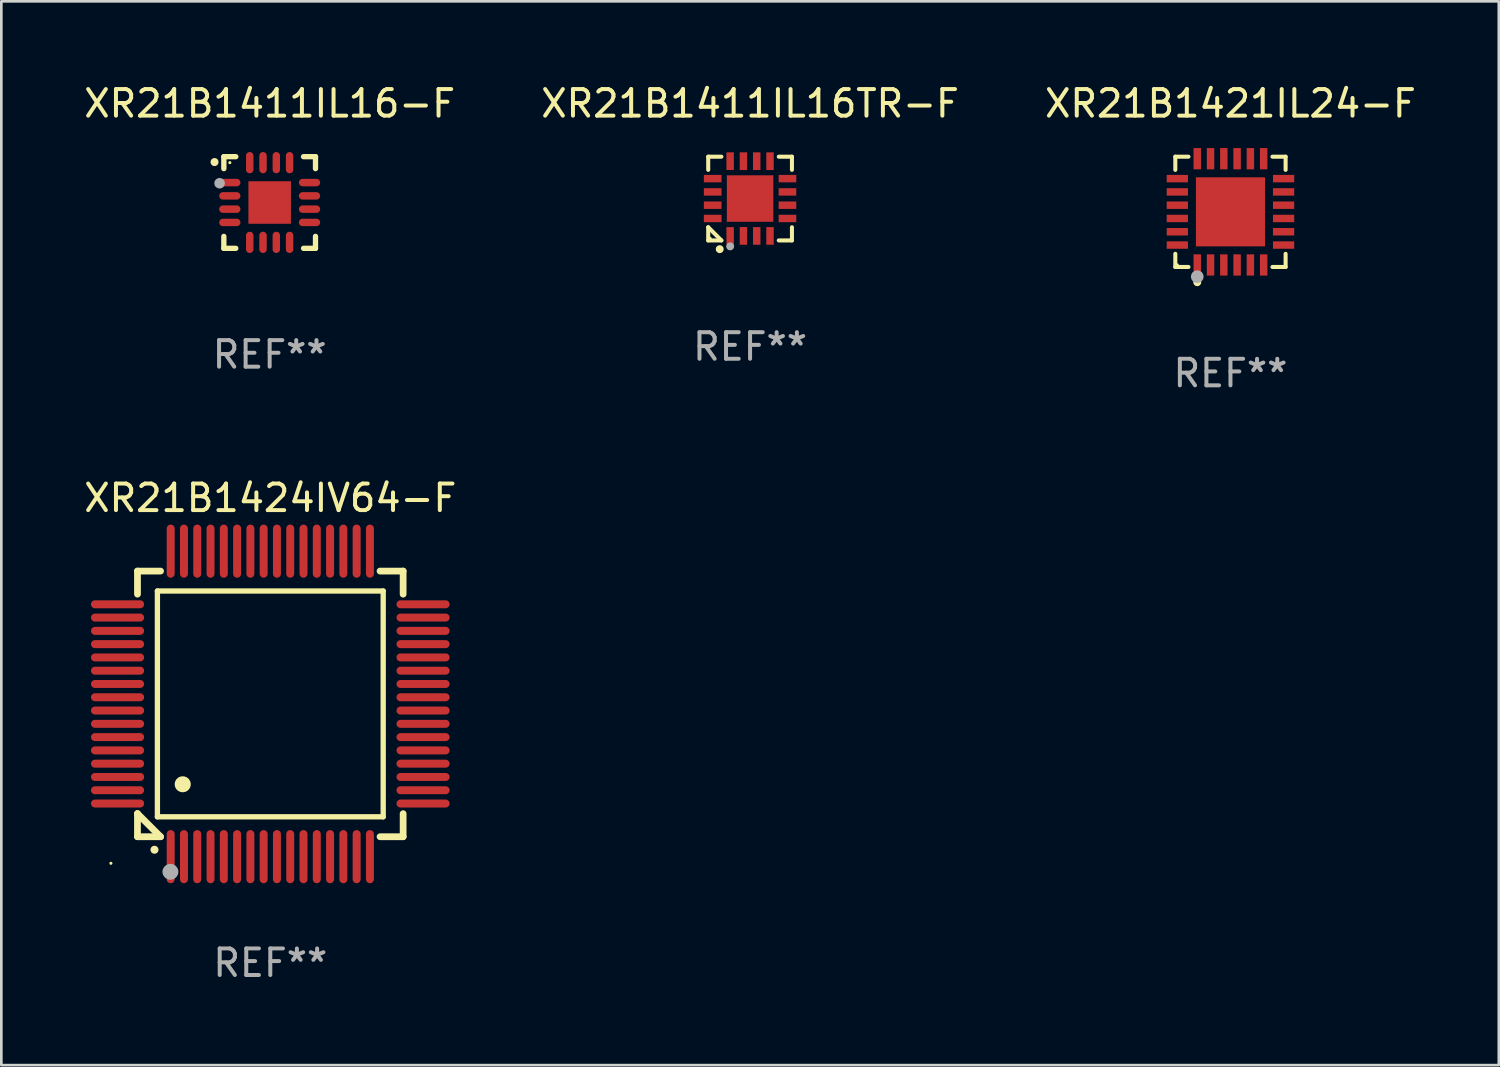
<source format=kicad_pcb>
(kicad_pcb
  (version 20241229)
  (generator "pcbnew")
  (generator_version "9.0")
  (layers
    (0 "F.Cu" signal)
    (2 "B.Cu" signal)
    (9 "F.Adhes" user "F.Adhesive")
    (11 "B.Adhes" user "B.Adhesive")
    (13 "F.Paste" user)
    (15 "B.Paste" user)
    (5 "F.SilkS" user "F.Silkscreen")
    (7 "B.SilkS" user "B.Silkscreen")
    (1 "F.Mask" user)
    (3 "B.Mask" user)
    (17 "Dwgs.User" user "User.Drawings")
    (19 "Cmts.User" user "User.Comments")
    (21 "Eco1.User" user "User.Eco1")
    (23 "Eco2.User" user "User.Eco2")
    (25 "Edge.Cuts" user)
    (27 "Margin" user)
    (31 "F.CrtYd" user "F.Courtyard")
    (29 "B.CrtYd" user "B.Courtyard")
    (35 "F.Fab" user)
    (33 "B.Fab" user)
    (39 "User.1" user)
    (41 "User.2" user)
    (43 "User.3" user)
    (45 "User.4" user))
  (footprint "XR21B1421IL24-F"
    (layer "F.Cu")
    (at 43.268 4.924)
    (property "Reference" "XR21B1421IL24-F" (at 0 -4.076 0) (layer "F.SilkS") (effects (font (size 1 1) (thickness 0.15))))
    (attr through_hole)
    (fp_line (start -2.076 -2.076) (end -1.58 -2.076) (stroke (width 0.152) (type solid)) (layer "F.SilkS"))
    (fp_line (start -2.076 -1.58) (end -2.076 -2.076) (stroke (width 0.152) (type solid)) (layer "F.SilkS"))
    (fp_line (start -2.076 1.58) (end -2.076 2.076) (stroke (width 0.152) (type solid)) (layer "F.SilkS"))
    (fp_line (start -2.076 2.076) (end -1.58 2.076) (stroke (width 0.152) (type solid)) (layer "F.SilkS"))
    (fp_line (start 2.076 -2.076) (end 1.58 -2.076) (stroke (width 0.152) (type solid)) (layer "F.SilkS"))
    (fp_line (start 2.076 -1.58) (end 2.076 -2.076) (stroke (width 0.152) (type solid)) (layer "F.SilkS"))
    (fp_line (start 2.076 1.58) (end 2.076 2.076) (stroke (width 0.152) (type solid)) (layer "F.SilkS"))
    (fp_line (start 2.076 2.076) (end 1.58 2.076) (stroke (width 0.152) (type solid)) (layer "F.SilkS"))
    (fp_circle (center -2 2) (end -1.97 2) (stroke (width 0.06) (type solid)) (fill no) (layer "F.SilkS"))
    (fp_circle (center -1.25 2.65) (end -1.175 2.65) (stroke (width 0.15) (type solid)) (fill no) (layer "F.SilkS"))
    (fp_circle (center -1.25 2.44) (end -1.13 2.44) (stroke (width 0.24) (type solid)) (fill no) (layer "F.Fab"))
    (fp_text user "REF**" (at 0 6.076 0) (layer "F.Fab") (effects (font (size 1 1) (thickness 0.15))))
    (pad "1" smd rect (at -1.25 2) (size 0.28 0.8) (layers "F.Cu" "F.Mask" "F.Paste"))
    (pad "2" smd rect (at -0.75 2) (size 0.28 0.8) (layers "F.Cu" "F.Mask" "F.Paste"))
    (pad "3" smd rect (at -0.25 2) (size 0.28 0.8) (layers "F.Cu" "F.Mask" "F.Paste"))
    (pad "4" smd rect (at 0.25 2) (size 0.28 0.8) (layers "F.Cu" "F.Mask" "F.Paste"))
    (pad "5" smd rect (at 0.75 2) (size 0.28 0.8) (layers "F.Cu" "F.Mask" "F.Paste"))
    (pad "6" smd rect (at 1.25 2) (size 0.28 0.8) (layers "F.Cu" "F.Mask" "F.Paste"))
    (pad "7" smd rect (at 2 1.25) (size 0.8 0.28) (layers "F.Cu" "F.Mask" "F.Paste"))
    (pad "8" smd rect (at 2 0.75) (size 0.8 0.28) (layers "F.Cu" "F.Mask" "F.Paste"))
    (pad "9" smd rect (at 2 0.25) (size 0.8 0.28) (layers "F.Cu" "F.Mask" "F.Paste"))
    (pad "10" smd rect (at 2 -0.25) (size 0.8 0.28) (layers "F.Cu" "F.Mask" "F.Paste"))
    (pad "11" smd rect (at 2 -0.75) (size 0.8 0.28) (layers "F.Cu" "F.Mask" "F.Paste"))
    (pad "12" smd rect (at 2 -1.25) (size 0.8 0.28) (layers "F.Cu" "F.Mask" "F.Paste"))
    (pad "13" smd rect (at 1.25 -2) (size 0.28 0.8) (layers "F.Cu" "F.Mask" "F.Paste"))
    (pad "14" smd rect (at 0.75 -2) (size 0.28 0.8) (layers "F.Cu" "F.Mask" "F.Paste"))
    (pad "15" smd rect (at 0.25 -2) (size 0.28 0.8) (layers "F.Cu" "F.Mask" "F.Paste"))
    (pad "16" smd rect (at -0.25 -2) (size 0.28 0.8) (layers "F.Cu" "F.Mask" "F.Paste"))
    (pad "17" smd rect (at -0.75 -2) (size 0.28 0.8) (layers "F.Cu" "F.Mask" "F.Paste"))
    (pad "18" smd rect (at -1.25 -2) (size 0.28 0.8) (layers "F.Cu" "F.Mask" "F.Paste"))
    (pad "19" smd rect (at -2 -1.25) (size 0.8 0.28) (layers "F.Cu" "F.Mask" "F.Paste"))
    (pad "20" smd rect (at -2 -0.75) (size 0.8 0.28) (layers "F.Cu" "F.Mask" "F.Paste"))
    (pad "21" smd rect (at -2 -0.25) (size 0.8 0.28) (layers "F.Cu" "F.Mask" "F.Paste"))
    (pad "22" smd rect (at -2 0.25) (size 0.8 0.28) (layers "F.Cu" "F.Mask" "F.Paste"))
    (pad "23" smd rect (at -2 0.75) (size 0.8 0.28) (layers "F.Cu" "F.Mask" "F.Paste"))
    (pad "24" smd rect (at -2 1.25) (size 0.8 0.28) (layers "F.Cu" "F.Mask" "F.Paste"))
    (pad "25" smd rect (at 0 0) (size 2.6 2.6) (layers "F.Cu" "F.Mask" "F.Paste")))
  (footprint "XR21B1411IL16TR-F"
    (layer "F.Cu")
    (at 25.185 4.424)
    (property "Reference" "XR21B1411IL16TR-F" (at 0 -3.576 0) (layer "F.SilkS") (effects (font (size 1 1) (thickness 0.15))))
    (attr through_hole)
    (fp_line (start -1.576 -1.576) (end -1.08 -1.576) (stroke (width 0.152) (type solid)) (layer "F.SilkS"))
    (fp_line (start -1.576 -1.08) (end -1.576 -1.576) (stroke (width 0.152) (type solid)) (layer "F.SilkS"))
    (fp_line (start -1.576 1.08) (end -1.576 1.576) (stroke (width 0.152) (type solid)) (layer "F.SilkS"))
    (fp_line (start -1.576 1.576) (end -1.08 1.576) (stroke (width 0.152) (type solid)) (layer "F.SilkS"))
    (fp_line (start -1.08 1.576) (end -1.576 1.08) (stroke (width 0.152) (type solid)) (layer "F.SilkS"))
    (fp_line (start 1.576 -1.576) (end 1.08 -1.576) (stroke (width 0.152) (type solid)) (layer "F.SilkS"))
    (fp_line (start 1.576 -1.08) (end 1.576 -1.576) (stroke (width 0.152) (type solid)) (layer "F.SilkS"))
    (fp_line (start 1.576 1.08) (end 1.576 1.576) (stroke (width 0.152) (type solid)) (layer "F.SilkS"))
    (fp_line (start 1.576 1.576) (end 1.08 1.576) (stroke (width 0.152) (type solid)) (layer "F.SilkS"))
    (fp_circle (center -1.5 1.5) (end -1.47 1.5) (stroke (width 0.06) (type solid)) (fill no) (layer "F.SilkS"))
    (fp_circle (center -1.143 1.905) (end -1.068 1.905) (stroke (width 0.15) (type solid)) (fill no) (layer "F.SilkS"))
    (fp_circle (center -0.75 1.8) (end -0.675 1.8) (stroke (width 0.15) (type solid)) (fill no) (layer "F.Fab"))
    (fp_text user "REF**" (at 0 5.576 0) (layer "F.Fab") (effects (font (size 1 1) (thickness 0.15))))
    (pad "1" smd rect (at -0.75 1.407) (size 0.28 0.665) (layers "F.Cu" "F.Mask" "F.Paste"))
    (pad "2" smd rect (at -0.25 1.407) (size 0.28 0.665) (layers "F.Cu" "F.Mask" "F.Paste"))
    (pad "3" smd rect (at 0.25 1.407) (size 0.28 0.665) (layers "F.Cu" "F.Mask" "F.Paste"))
    (pad "4" smd rect (at 0.75 1.407) (size 0.28 0.665) (layers "F.Cu" "F.Mask" "F.Paste"))
    (pad "5" smd rect (at 1.407 0.75) (size 0.665 0.28) (layers "F.Cu" "F.Mask" "F.Paste"))
    (pad "6" smd rect (at 1.407 0.25) (size 0.665 0.28) (layers "F.Cu" "F.Mask" "F.Paste"))
    (pad "7" smd rect (at 1.407 -0.25) (size 0.665 0.28) (layers "F.Cu" "F.Mask" "F.Paste"))
    (pad "8" smd rect (at 1.407 -0.75) (size 0.665 0.28) (layers "F.Cu" "F.Mask" "F.Paste"))
    (pad "9" smd rect (at 0.75 -1.407) (size 0.28 0.665) (layers "F.Cu" "F.Mask" "F.Paste"))
    (pad "10" smd rect (at 0.25 -1.407) (size 0.28 0.665) (layers "F.Cu" "F.Mask" "F.Paste"))
    (pad "11" smd rect (at -0.25 -1.407) (size 0.28 0.665) (layers "F.Cu" "F.Mask" "F.Paste"))
    (pad "12" smd rect (at -0.75 -1.407) (size 0.28 0.665) (layers "F.Cu" "F.Mask" "F.Paste"))
    (pad "13" smd rect (at -1.407 -0.75) (size 0.665 0.28) (layers "F.Cu" "F.Mask" "F.Paste"))
    (pad "14" smd rect (at -1.407 -0.25) (size 0.665 0.28) (layers "F.Cu" "F.Mask" "F.Paste"))
    (pad "15" smd rect (at -1.407 0.25) (size 0.665 0.28) (layers "F.Cu" "F.Mask" "F.Paste"))
    (pad "16" smd rect (at -1.407 0.75) (size 0.665 0.28) (layers "F.Cu" "F.Mask" "F.Paste"))
    (pad "17" smd rect (at 0 0) (size 1.75 1.75) (layers "F.Cu" "F.Mask" "F.Paste")))
  (footprint "XR21B1424IV64-F"
    (layer "F.Cu")
    (at 7.125 23.447)
    (property "Reference" "XR21B1424IV64-F" (at 0 -7.75 0) (layer "F.SilkS") (effects (font (size 1 1) (thickness 0.15))))
    (attr through_hole)
    (fp_line (start -5 -5) (end -4.131 -5) (stroke (width 0.254) (type solid)) (layer "F.SilkS"))
    (fp_line (start -5 -4.131) (end -5 -5) (stroke (width 0.254) (type solid)) (layer "F.SilkS"))
    (fp_line (start -5 4.131) (end -5 4.131) (stroke (width 0.254) (type solid)) (layer "F.SilkS"))
    (fp_line (start -5 5) (end -5 4.131) (stroke (width 0.254) (type solid)) (layer "F.SilkS"))
    (fp_line (start -5 4.131) (end -4.131 5) (stroke (width 0.254) (type solid)) (layer "F.SilkS"))
    (fp_line (start -4.25 -4.25) (end -4.25 4.25) (stroke (width 0.2) (type solid)) (layer "F.SilkS"))
    (fp_line (start -4.25 4.25) (end 4.25 4.25) (stroke (width 0.2) (type solid)) (layer "F.SilkS"))
    (fp_line (start -4.131 5) (end -5 5) (stroke (width 0.254) (type solid)) (layer "F.SilkS"))
    (fp_line (start 4.25 -4.25) (end -4.25 -4.25) (stroke (width 0.2) (type solid)) (layer "F.SilkS"))
    (fp_line (start 4.25 4.25) (end 4.25 -4.25) (stroke (width 0.2) (type solid)) (layer "F.SilkS"))
    (fp_line (start 5 -5) (end 4.131 -5) (stroke (width 0.254) (type solid)) (layer "F.SilkS"))
    (fp_line (start 5 -5) (end 5 -4.131) (stroke (width 0.254) (type solid)) (layer "F.SilkS"))
    (fp_line (start 5 4.131) (end 5 5) (stroke (width 0.254) (type solid)) (layer "F.SilkS"))
    (fp_line (start 5 5) (end 4.131 5) (stroke (width 0.254) (type solid)) (layer "F.SilkS"))
    (fp_arc (start -4.361265 5.489992) (mid -4.359995 5.489987) (end -4.358725 5.489992) (stroke (width 0.3) (type solid)) (layer "F.SilkS"))
    (fp_arc (start -3.299467 3.025146) (mid -3.296927 3.025135) (end -3.294387 3.025146) (stroke (width 0.6) (type solid)) (layer "F.SilkS"))
    (fp_circle (center -6 6) (end -5.97 6) (stroke (width 0.06) (type solid)) (fill no) (layer "F.SilkS"))
    (fp_circle (center -3.76 6.32) (end -3.61 6.32) (stroke (width 0.3) (type solid)) (fill no) (layer "F.Fab"))
    (fp_text user "REF**" (at 0 9.75 0) (layer "F.Fab") (effects (font (size 1 1) (thickness 0.15))))
    (pad "1" smd oval (at -3.75 5.75) (size 0.3 2) (layers "F.Cu" "F.Mask" "F.Paste"))
    (pad "2" smd oval (at -3.25 5.75) (size 0.3 2) (layers "F.Cu" "F.Mask" "F.Paste"))
    (pad "3" smd oval (at -2.75 5.75) (size 0.3 2) (layers "F.Cu" "F.Mask" "F.Paste"))
    (pad "4" smd oval (at -2.25 5.75) (size 0.3 2) (layers "F.Cu" "F.Mask" "F.Paste"))
    (pad "5" smd oval (at -1.75 5.75) (size 0.3 2) (layers "F.Cu" "F.Mask" "F.Paste"))
    (pad "6" smd oval (at -1.25 5.75) (size 0.3 2) (layers "F.Cu" "F.Mask" "F.Paste"))
    (pad "7" smd oval (at -0.75 5.75) (size 0.3 2) (layers "F.Cu" "F.Mask" "F.Paste"))
    (pad "8" smd oval (at -0.25 5.75) (size 0.3 2) (layers "F.Cu" "F.Mask" "F.Paste"))
    (pad "9" smd oval (at 0.25 5.75) (size 0.3 2) (layers "F.Cu" "F.Mask" "F.Paste"))
    (pad "10" smd oval (at 0.75 5.75) (size 0.3 2) (layers "F.Cu" "F.Mask" "F.Paste"))
    (pad "11" smd oval (at 1.25 5.75) (size 0.3 2) (layers "F.Cu" "F.Mask" "F.Paste"))
    (pad "12" smd oval (at 1.75 5.75) (size 0.3 2) (layers "F.Cu" "F.Mask" "F.Paste"))
    (pad "13" smd oval (at 2.25 5.75) (size 0.3 2) (layers "F.Cu" "F.Mask" "F.Paste"))
    (pad "14" smd oval (at 2.75 5.75) (size 0.3 2) (layers "F.Cu" "F.Mask" "F.Paste"))
    (pad "15" smd oval (at 3.25 5.75) (size 0.3 2) (layers "F.Cu" "F.Mask" "F.Paste"))
    (pad "16" smd oval (at 3.75 5.75) (size 0.3 2) (layers "F.Cu" "F.Mask" "F.Paste"))
    (pad "17" smd oval (at 5.75 3.75) (size 2 0.3) (layers "F.Cu" "F.Mask" "F.Paste"))
    (pad "18" smd oval (at 5.75 3.25) (size 2 0.3) (layers "F.Cu" "F.Mask" "F.Paste"))
    (pad "19" smd oval (at 5.75 2.75) (size 2 0.3) (layers "F.Cu" "F.Mask" "F.Paste"))
    (pad "20" smd oval (at 5.75 2.25) (size 2 0.3) (layers "F.Cu" "F.Mask" "F.Paste"))
    (pad "21" smd oval (at 5.75 1.75) (size 2 0.3) (layers "F.Cu" "F.Mask" "F.Paste"))
    (pad "22" smd oval (at 5.75 1.25) (size 2 0.3) (layers "F.Cu" "F.Mask" "F.Paste"))
    (pad "23" smd oval (at 5.75 0.75) (size 2 0.3) (layers "F.Cu" "F.Mask" "F.Paste"))
    (pad "24" smd oval (at 5.75 0.25) (size 2 0.3) (layers "F.Cu" "F.Mask" "F.Paste"))
    (pad "25" smd oval (at 5.75 -0.25) (size 2 0.3) (layers "F.Cu" "F.Mask" "F.Paste"))
    (pad "26" smd oval (at 5.75 -0.75) (size 2 0.3) (layers "F.Cu" "F.Mask" "F.Paste"))
    (pad "27" smd oval (at 5.75 -1.25) (size 2 0.3) (layers "F.Cu" "F.Mask" "F.Paste"))
    (pad "28" smd oval (at 5.75 -1.75) (size 2 0.3) (layers "F.Cu" "F.Mask" "F.Paste"))
    (pad "29" smd oval (at 5.75 -2.25) (size 2 0.3) (layers "F.Cu" "F.Mask" "F.Paste"))
    (pad "30" smd oval (at 5.75 -2.75) (size 2 0.3) (layers "F.Cu" "F.Mask" "F.Paste"))
    (pad "31" smd oval (at 5.75 -3.25) (size 2 0.3) (layers "F.Cu" "F.Mask" "F.Paste"))
    (pad "32" smd oval (at 5.75 -3.75) (size 2 0.3) (layers "F.Cu" "F.Mask" "F.Paste"))
    (pad "33" smd oval (at 3.75 -5.75) (size 0.3 2) (layers "F.Cu" "F.Mask" "F.Paste"))
    (pad "34" smd oval (at 3.25 -5.75) (size 0.3 2) (layers "F.Cu" "F.Mask" "F.Paste"))
    (pad "35" smd oval (at 2.75 -5.75) (size 0.3 2) (layers "F.Cu" "F.Mask" "F.Paste"))
    (pad "36" smd oval (at 2.25 -5.75) (size 0.3 2) (layers "F.Cu" "F.Mask" "F.Paste"))
    (pad "37" smd oval (at 1.75 -5.75) (size 0.3 2) (layers "F.Cu" "F.Mask" "F.Paste"))
    (pad "38" smd oval (at 1.25 -5.75) (size 0.3 2) (layers "F.Cu" "F.Mask" "F.Paste"))
    (pad "39" smd oval (at 0.75 -5.75) (size 0.3 2) (layers "F.Cu" "F.Mask" "F.Paste"))
    (pad "40" smd oval (at 0.25 -5.75) (size 0.3 2) (layers "F.Cu" "F.Mask" "F.Paste"))
    (pad "41" smd oval (at -0.25 -5.75) (size 0.3 2) (layers "F.Cu" "F.Mask" "F.Paste"))
    (pad "42" smd oval (at -0.75 -5.75) (size 0.3 2) (layers "F.Cu" "F.Mask" "F.Paste"))
    (pad "43" smd oval (at -1.25 -5.75) (size 0.3 2) (layers "F.Cu" "F.Mask" "F.Paste"))
    (pad "44" smd oval (at -1.75 -5.75) (size 0.3 2) (layers "F.Cu" "F.Mask" "F.Paste"))
    (pad "45" smd oval (at -2.25 -5.75) (size 0.3 2) (layers "F.Cu" "F.Mask" "F.Paste"))
    (pad "46" smd oval (at -2.75 -5.75) (size 0.3 2) (layers "F.Cu" "F.Mask" "F.Paste"))
    (pad "47" smd oval (at -3.25 -5.75) (size 0.3 2) (layers "F.Cu" "F.Mask" "F.Paste"))
    (pad "48" smd oval (at -3.75 -5.75) (size 0.3 2) (layers "F.Cu" "F.Mask" "F.Paste"))
    (pad "49" smd oval (at -5.75 -3.75) (size 2 0.3) (layers "F.Cu" "F.Mask" "F.Paste"))
    (pad "50" smd oval (at -5.75 -3.25) (size 2 0.3) (layers "F.Cu" "F.Mask" "F.Paste"))
    (pad "51" smd oval (at -5.75 -2.75) (size 2 0.3) (layers "F.Cu" "F.Mask" "F.Paste"))
    (pad "52" smd oval (at -5.75 -2.25) (size 2 0.3) (layers "F.Cu" "F.Mask" "F.Paste"))
    (pad "53" smd oval (at -5.75 -1.75) (size 2 0.3) (layers "F.Cu" "F.Mask" "F.Paste"))
    (pad "54" smd oval (at -5.75 -1.25) (size 2 0.3) (layers "F.Cu" "F.Mask" "F.Paste"))
    (pad "55" smd oval (at -5.75 -0.75) (size 2 0.3) (layers "F.Cu" "F.Mask" "F.Paste"))
    (pad "56" smd oval (at -5.75 -0.25) (size 2 0.3) (layers "F.Cu" "F.Mask" "F.Paste"))
    (pad "57" smd oval (at -5.75 0.25) (size 2 0.3) (layers "F.Cu" "F.Mask" "F.Paste"))
    (pad "58" smd oval (at -5.75 0.75) (size 2 0.3) (layers "F.Cu" "F.Mask" "F.Paste"))
    (pad "59" smd oval (at -5.75 1.25) (size 2 0.3) (layers "F.Cu" "F.Mask" "F.Paste"))
    (pad "60" smd oval (at -5.75 1.75) (size 2 0.3) (layers "F.Cu" "F.Mask" "F.Paste"))
    (pad "61" smd oval (at -5.75 2.25) (size 2 0.3) (layers "F.Cu" "F.Mask" "F.Paste"))
    (pad "62" smd oval (at -5.75 2.75) (size 2 0.3) (layers "F.Cu" "F.Mask" "F.Paste"))
    (pad "63" smd oval (at -5.75 3.25) (size 2 0.3) (layers "F.Cu" "F.Mask" "F.Paste"))
    (pad "64" smd oval (at -5.75 3.75) (size 2 0.3) (layers "F.Cu" "F.Mask" "F.Paste")))
  (footprint "XR21B1411IL16-F"
    (layer "F.Cu")
    (at 7.101 4.573)
    (property "Reference" "XR21B1411IL16-F" (at 0 -3.725 0) (layer "F.SilkS") (effects (font (size 1 1) (thickness 0.15))))
    (attr through_hole)
    (fp_line (start -1.725 -1.725) (end -1.275 -1.725) (stroke (width 0.2) (type solid)) (layer "F.SilkS"))
    (fp_line (start -1.725 -1.275) (end -1.725 -1.725) (stroke (width 0.2) (type solid)) (layer "F.SilkS"))
    (fp_line (start -1.725 1.725) (end -1.725 1.275) (stroke (width 0.2) (type solid)) (layer "F.SilkS"))
    (fp_line (start -1.275 1.725) (end -1.725 1.725) (stroke (width 0.2) (type solid)) (layer "F.SilkS"))
    (fp_line (start 1.275 -1.725) (end 1.725 -1.725) (stroke (width 0.2) (type solid)) (layer "F.SilkS"))
    (fp_line (start 1.275 1.725) (end 1.725 1.725) (stroke (width 0.2) (type solid)) (layer "F.SilkS"))
    (fp_line (start 1.725 -1.725) (end 1.725 -1.275) (stroke (width 0.2) (type solid)) (layer "F.SilkS"))
    (fp_line (start 1.725 1.725) (end 1.725 1.275) (stroke (width 0.2) (type solid)) (layer "F.SilkS"))
    (fp_arc (start -2.075184 -1.521463) (mid -2.075189 -1.522733) (end -2.075184 -1.524003) (stroke (width 0.3) (type solid)) (layer "F.SilkS"))
    (fp_circle (center -1.499 -1.5) (end -1.469 -1.5) (stroke (width 0.06) (type solid)) (fill no) (layer "F.SilkS"))
    (fp_circle (center -1.885 -0.725) (end -1.785 -0.725) (stroke (width 0.2) (type solid)) (fill no) (layer "F.Fab"))
    (fp_text user "REF**" (at 0 5.725 0) (layer "F.Fab") (effects (font (size 1 1) (thickness 0.15))))
    (pad "1" smd oval (at -1.5 -0.75 90) (size 0.28 0.8) (layers "F.Cu" "F.Mask" "F.Paste"))
    (pad "2" smd oval (at -1.5 -0.25 90) (size 0.28 0.8) (layers "F.Cu" "F.Mask" "F.Paste"))
    (pad "3" smd oval (at -1.5 0.25 90) (size 0.28 0.8) (layers "F.Cu" "F.Mask" "F.Paste"))
    (pad "4" smd oval (at -1.5 0.75 90) (size 0.28 0.8) (layers "F.Cu" "F.Mask" "F.Paste"))
    (pad "5" smd oval (at -0.75 1.5) (size 0.28 0.8) (layers "F.Cu" "F.Mask" "F.Paste"))
    (pad "6" smd oval (at -0.25 1.5) (size 0.28 0.8) (layers "F.Cu" "F.Mask" "F.Paste"))
    (pad "7" smd oval (at 0.25 1.5) (size 0.28 0.8) (layers "F.Cu" "F.Mask" "F.Paste"))
    (pad "8" smd oval (at 0.75 1.5) (size 0.28 0.8) (layers "F.Cu" "F.Mask" "F.Paste"))
    (pad "9" smd oval (at 1.5 0.75 90) (size 0.28 0.8) (layers "F.Cu" "F.Mask" "F.Paste"))
    (pad "10" smd oval (at 1.5 0.25 90) (size 0.28 0.8) (layers "F.Cu" "F.Mask" "F.Paste"))
    (pad "11" smd oval (at 1.5 -0.25 90) (size 0.28 0.8) (layers "F.Cu" "F.Mask" "F.Paste"))
    (pad "12" smd oval (at 1.5 -0.75 90) (size 0.28 0.8) (layers "F.Cu" "F.Mask" "F.Paste"))
    (pad "13" smd oval (at 0.75 -1.5) (size 0.28 0.8) (layers "F.Cu" "F.Mask" "F.Paste"))
    (pad "14" smd oval (at 0.25 -1.5) (size 0.28 0.8) (layers "F.Cu" "F.Mask" "F.Paste"))
    (pad "15" smd oval (at -0.25 -1.5) (size 0.28 0.8) (layers "F.Cu" "F.Mask" "F.Paste"))
    (pad "16" smd oval (at -0.75 -1.5) (size 0.28 0.8) (layers "F.Cu" "F.Mask" "F.Paste"))
    (pad "17" smd rect (at 0 -0.000051) (size 1.6 1.6) (layers "F.Cu" "F.Mask" "F.Paste")))
  (gr_rect
    (start -3 -3)
    (end 53.369 37.045)
    (stroke (width 0.1) (type default))
    (fill no)
    (layer "Edge.Cuts")))
</source>
